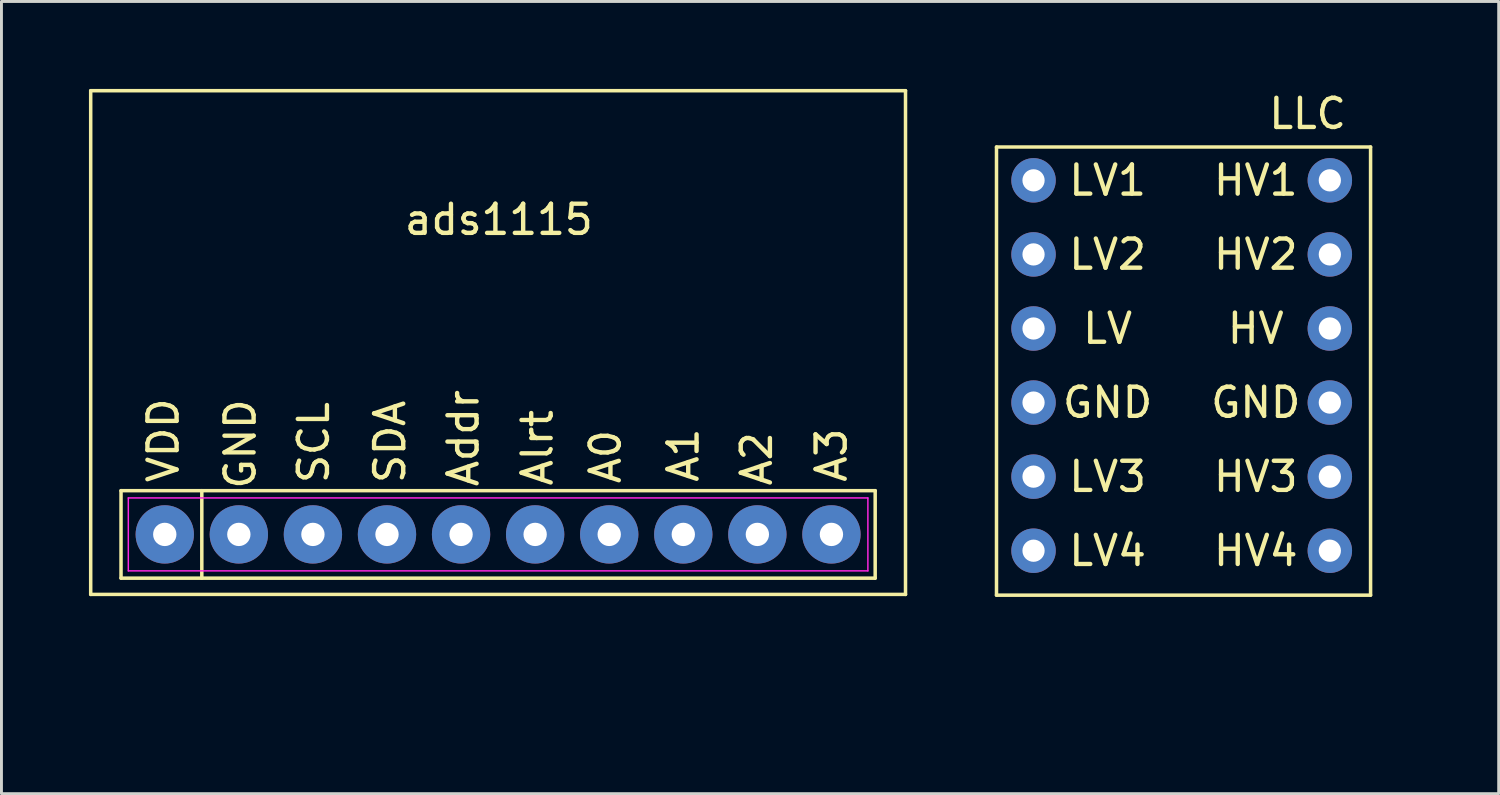
<source format=kicad_pcb>
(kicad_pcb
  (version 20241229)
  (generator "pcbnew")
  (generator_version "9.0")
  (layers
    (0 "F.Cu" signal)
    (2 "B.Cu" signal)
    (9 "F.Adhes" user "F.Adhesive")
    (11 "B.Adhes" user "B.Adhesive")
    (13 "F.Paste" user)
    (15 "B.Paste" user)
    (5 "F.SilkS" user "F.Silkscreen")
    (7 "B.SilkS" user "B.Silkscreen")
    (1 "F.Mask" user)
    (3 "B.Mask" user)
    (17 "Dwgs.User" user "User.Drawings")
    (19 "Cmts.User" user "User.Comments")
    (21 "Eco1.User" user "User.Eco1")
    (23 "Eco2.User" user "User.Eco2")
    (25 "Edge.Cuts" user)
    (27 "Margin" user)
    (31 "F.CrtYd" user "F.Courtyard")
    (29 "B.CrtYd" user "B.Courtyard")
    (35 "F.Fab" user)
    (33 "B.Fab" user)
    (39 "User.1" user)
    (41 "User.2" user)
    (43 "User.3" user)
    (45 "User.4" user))
  (footprint "ads1115"
    (layer "F.Cu")
    (at 0.924 16.824)
    (property "Reference" "ads1115" (at 13.132 -12.344 180) (layer "F.SilkS") (effects (font (size 1 1) (thickness 0.15))))
    (attr through_hole)
    (fp_line (start -0.864 -16.764) (end -0.864 0.508) (stroke (width 0.12) (type solid)) (layer "F.SilkS"))
    (fp_line (start -0.864 -16.764) (end 27.076 -16.764) (stroke (width 0.12) (type solid)) (layer "F.SilkS"))
    (fp_line (start -0.864 0.508) (end 27.076 0.508) (stroke (width 0.12) (type solid)) (layer "F.SilkS"))
    (fp_line (start 0.176 -3.049) (end 26.036 -3.049) (stroke (width 0.12) (type solid)) (layer "F.SilkS"))
    (fp_line (start 0.176 -0.049) (end 0.176 -3.049) (stroke (width 0.12) (type solid)) (layer "F.SilkS"))
    (fp_line (start 2.946 -3.049) (end 2.946 -0.049) (stroke (width 0.12) (type solid)) (layer "F.SilkS"))
    (fp_line (start 26.036 -3.049) (end 26.036 -0.049) (stroke (width 0.12) (type solid)) (layer "F.SilkS"))
    (fp_line (start 26.036 -0.049) (end 0.176 -0.049) (stroke (width 0.12) (type solid)) (layer "F.SilkS"))
    (fp_line (start 27.076 -16.764) (end 27.076 0.508) (stroke (width 0.12) (type solid)) (layer "F.SilkS"))
    (fp_line (start 0.426 -2.799) (end 25.786 -2.799) (stroke (width 0.05) (type solid)) (layer "F.CrtYd"))
    (fp_line (start 0.426 -0.299) (end 0.426 -2.799) (stroke (width 0.05) (type solid)) (layer "F.CrtYd"))
    (fp_line (start 25.786 -2.799) (end 25.786 -0.299) (stroke (width 0.05) (type solid)) (layer "F.CrtYd"))
    (fp_line (start 25.786 -0.299) (end 0.426 -0.299) (stroke (width 0.05) (type solid)) (layer "F.CrtYd"))
    (fp_text user "Addr" (at 11.913 -4.851 270) (layer "F.SilkS") (effects (font (size 1 1) (thickness 0.15))))
    (fp_text user "A0" (at 16.789 -4.216 270) (layer "F.SilkS") (effects (font (size 1 1) (thickness 0.15))))
    (fp_text user "SCL" (at 6.782 -4.699 270) (layer "F.SilkS") (effects (font (size 1 1) (thickness 0.15))))
    (fp_text user "GND" (at 4.267 -4.648 270) (layer "F.SilkS") (effects (font (size 1 1) (thickness 0.15))))
    (fp_text user "A3" (at 24.536 -4.267 270) (layer "F.SilkS") (effects (font (size 1 1) (thickness 0.15))))
    (fp_text user "A1" (at 19.456 -4.267 270) (layer "F.SilkS") (effects (font (size 1 1) (thickness 0.15))))
    (fp_text user "SDA" (at 9.398 -4.724 270) (layer "F.SilkS") (effects (font (size 1 1) (thickness 0.15))))
    (fp_text user "VDD" (at 1.626 -4.775 270) (layer "F.SilkS") (effects (font (size 1 1) (thickness 0.15))))
    (fp_text user "A2" (at 21.971 -4.14 270) (layer "F.SilkS") (effects (font (size 1 1) (thickness 0.15))))
    (fp_text user "Alrt" (at 14.453 -4.521 270) (layer "F.SilkS") (effects (font (size 1 1) (thickness 0.15))))
    (pad "1" thru_hole circle (at 1.676 -1.549) (size 2 2) (drill 0.8) (layers "*.Cu" "*.Mask"))
    (pad "2" thru_hole circle (at 4.216 -1.549) (size 2 2) (drill 0.8) (layers "*.Cu" "*.Mask"))
    (pad "3" thru_hole circle (at 6.756 -1.549) (size 2 2) (drill 0.8) (layers "*.Cu" "*.Mask"))
    (pad "4" thru_hole circle (at 9.296 -1.549) (size 2 2) (drill 0.8) (layers "*.Cu" "*.Mask"))
    (pad "5" thru_hole circle (at 11.836 -1.549) (size 2 2) (drill 0.8) (layers "*.Cu" "*.Mask"))
    (pad "6" thru_hole circle (at 14.376 -1.549) (size 2 2) (drill 0.8) (layers "*.Cu" "*.Mask"))
    (pad "7" thru_hole circle (at 16.916 -1.549) (size 2 2) (drill 0.8) (layers "*.Cu" "*.Mask"))
    (pad "8" thru_hole circle (at 19.456 -1.549) (size 2 2) (drill 0.8) (layers "*.Cu" "*.Mask"))
    (pad "9" thru_hole circle (at 21.996 -1.549) (size 2 2) (drill 0.8) (layers "*.Cu" "*.Mask"))
    (pad "10" thru_hole circle (at 24.536 -1.549) (size 2 2) (drill 0.8) (layers "*.Cu" "*.Mask")))
  (footprint "LLC"
    (layer "F.Cu")
    (at 45.09 20.914)
    (property "Reference" "LLC" (at -3.302 -20.066 0) (layer "F.SilkS") (effects (font (size 1 1) (thickness 0.15))))
    (attr through_hole)
    (fp_line (start -13.97 -18.923) (end -1.143 -18.923) (stroke (width 0.12) (type solid)) (layer "F.SilkS"))
    (fp_line (start -13.97 -3.556) (end -13.97 -18.923) (stroke (width 0.12) (type solid)) (layer "F.SilkS"))
    (fp_line (start -1.143 -18.923) (end -1.143 -3.556) (stroke (width 0.12) (type solid)) (layer "F.SilkS"))
    (fp_line (start -1.143 -3.556) (end -13.97 -3.556) (stroke (width 0.12) (type solid)) (layer "F.SilkS"))
    (fp_text user "LV" (at -10.16 -12.7 0) (layer "F.SilkS") (effects (font (size 1 1) (thickness 0.15))))
    (fp_text user "GND" (at -5.08 -10.16 0) (layer "F.SilkS") (effects (font (size 1 1) (thickness 0.15))))
    (fp_text user "LV1" (at -10.16 -17.78 0) (layer "F.SilkS") (effects (font (size 1 1) (thickness 0.15))))
    (fp_text user "HV3" (at -5.08 -7.62 0) (layer "F.SilkS") (effects (font (size 1 1) (thickness 0.15))))
    (fp_text user "HV1" (at -5.08 -17.78 0) (layer "F.SilkS") (effects (font (size 1 1) (thickness 0.15))))
    (fp_text user "LV3" (at -10.16 -7.62 0) (layer "F.SilkS") (effects (font (size 1 1) (thickness 0.15))))
    (fp_text user "HV4" (at -5.08 -5.08 0) (layer "F.SilkS") (effects (font (size 1 1) (thickness 0.15))))
    (fp_text user "HV" (at -5.08 -12.7 0) (layer "F.SilkS") (effects (font (size 1 1) (thickness 0.15))))
    (fp_text user "LV4" (at -10.16 -5.08 0) (layer "F.SilkS") (effects (font (size 1 1) (thickness 0.15))))
    (fp_text user "LV2" (at -10.16 -15.24 0) (layer "F.SilkS") (effects (font (size 1 1) (thickness 0.15))))
    (fp_text user "GND" (at -10.16 -10.16 0) (layer "F.SilkS") (effects (font (size 1 1) (thickness 0.15))))
    (fp_text user "HV2" (at -5.08 -15.24 0) (layer "F.SilkS") (effects (font (size 1 1) (thickness 0.15))))
    (pad "1" thru_hole circle (at -12.7 -17.78) (size 1.524 1.524) (drill 0.762) (layers "*.Cu" "*.Mask"))
    (pad "2" thru_hole circle (at -12.7 -15.24) (size 1.524 1.524) (drill 0.762) (layers "*.Cu" "*.Mask"))
    (pad "3" thru_hole circle (at -12.7 -12.7) (size 1.524 1.524) (drill 0.762) (layers "*.Cu" "*.Mask"))
    (pad "4" thru_hole circle (at -12.7 -10.16) (size 1.524 1.524) (drill 0.762) (layers "*.Cu" "*.Mask"))
    (pad "5" thru_hole circle (at -12.7 -7.62) (size 1.524 1.524) (drill 0.762) (layers "*.Cu" "*.Mask"))
    (pad "6" thru_hole circle (at -12.7 -5.08) (size 1.524 1.524) (drill 0.762) (layers "*.Cu" "*.Mask"))
    (pad "7" thru_hole circle (at -2.54 -17.78) (size 1.524 1.524) (drill 0.762) (layers "*.Cu" "*.Mask"))
    (pad "8" thru_hole circle (at -2.54 -15.24) (size 1.524 1.524) (drill 0.762) (layers "*.Cu" "*.Mask"))
    (pad "9" thru_hole circle (at -2.54 -12.7) (size 1.524 1.524) (drill 0.762) (layers "*.Cu" "*.Mask"))
    (pad "10" thru_hole circle (at -2.54 -10.16) (size 1.524 1.524) (drill 0.762) (layers "*.Cu" "*.Mask"))
    (pad "11" thru_hole circle (at -2.54 -7.62) (size 1.524 1.524) (drill 0.762) (layers "*.Cu" "*.Mask"))
    (pad "12" thru_hole circle (at -2.54 -5.08) (size 1.524 1.524) (drill 0.762) (layers "*.Cu" "*.Mask")))
  (gr_rect
    (start -3 -3)
    (end 48.34 24.164)
    (stroke (width 0.1) (type default))
    (fill no)
    (layer "Edge.Cuts")))
</source>
